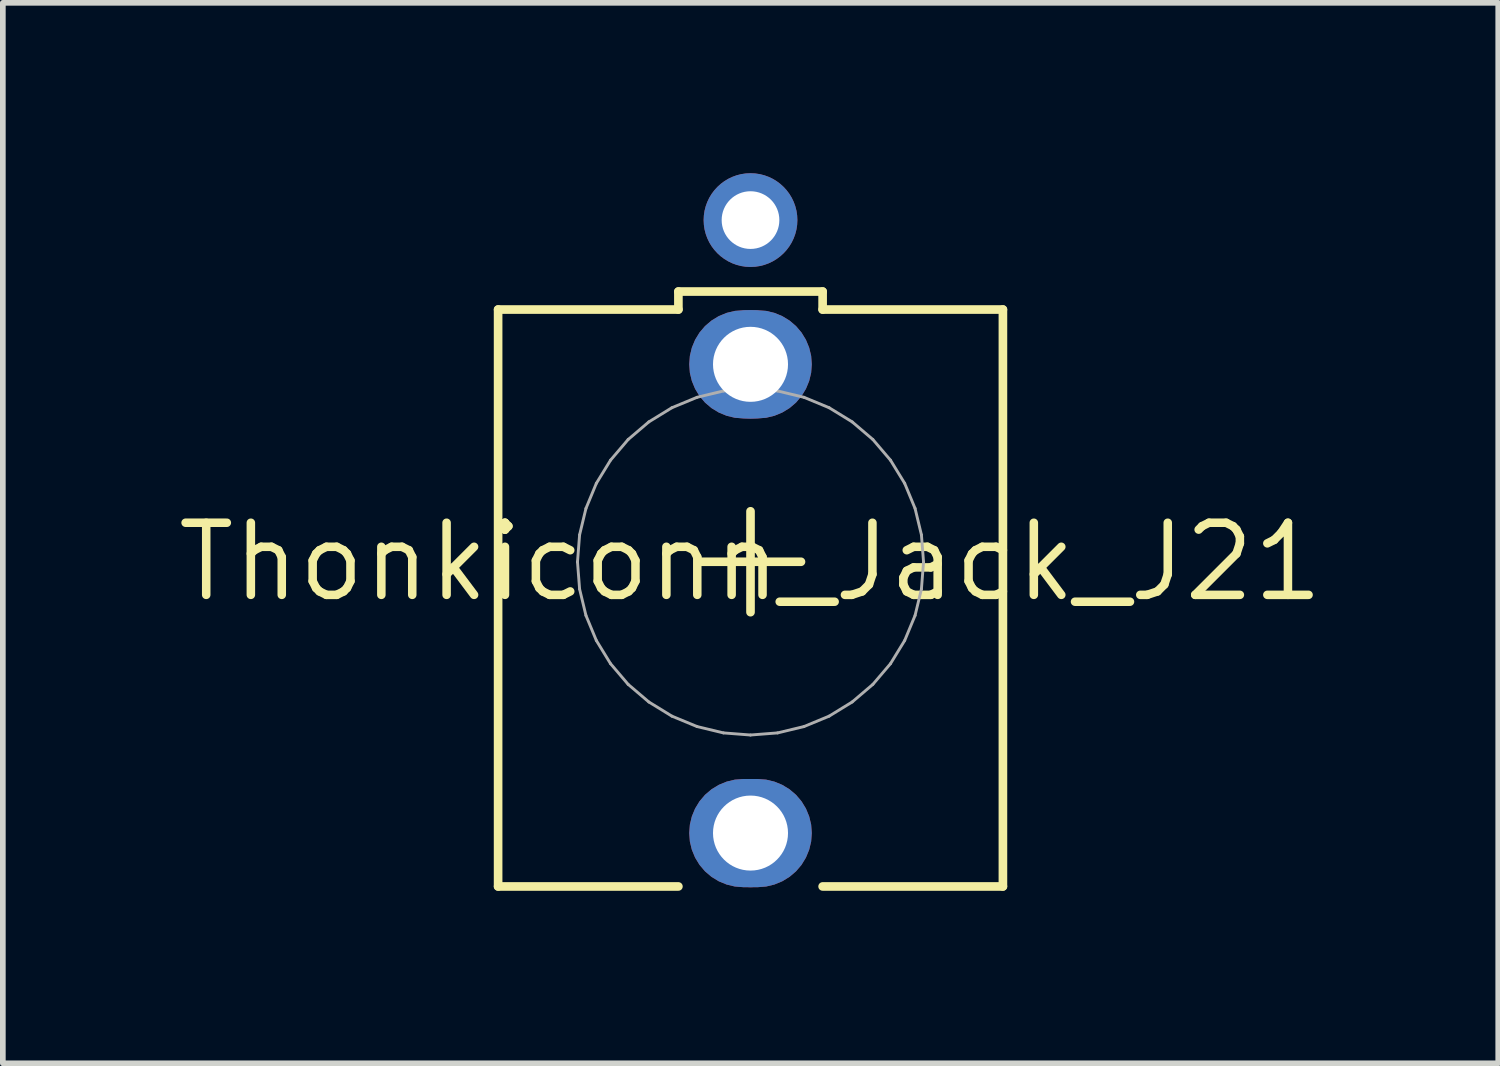
<source format=kicad_pcb>
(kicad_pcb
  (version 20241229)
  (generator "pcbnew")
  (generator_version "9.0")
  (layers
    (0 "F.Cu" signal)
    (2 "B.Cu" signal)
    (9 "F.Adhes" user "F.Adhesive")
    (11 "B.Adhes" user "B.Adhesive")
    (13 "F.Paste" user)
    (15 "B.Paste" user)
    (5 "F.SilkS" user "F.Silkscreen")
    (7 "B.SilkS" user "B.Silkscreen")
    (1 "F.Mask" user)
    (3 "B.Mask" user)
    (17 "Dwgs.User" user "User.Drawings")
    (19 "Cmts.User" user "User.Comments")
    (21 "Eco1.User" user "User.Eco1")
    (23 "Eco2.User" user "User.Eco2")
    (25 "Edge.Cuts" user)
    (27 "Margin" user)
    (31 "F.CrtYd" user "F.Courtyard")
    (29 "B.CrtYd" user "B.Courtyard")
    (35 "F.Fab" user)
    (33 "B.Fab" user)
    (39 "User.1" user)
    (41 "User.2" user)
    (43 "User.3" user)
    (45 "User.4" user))
  (footprint "Thonkiconn_Jack_J21"
    (layer "F.Cu")
    (at 10.167 6.846)
    (property "Reference" "Thonkiconn_Jack_J21" (at 0 0 0) (layer "F.SilkS") (effects (font (size 1.27 1.27) (thickness 0.15))))
    (fp_poly (pts (xy 0.276 -4.421) (xy 0.421 -4.386) (xy 0.559 -4.329) (xy 0.687 -4.251) (xy 0.801 -4.154) (xy 0.898 -4.04) (xy 0.976 -3.912) (xy 1.033 -3.774) (xy 1.068 -3.629) (xy 1.079 -3.48) (xy 1.068 -3.331) (xy 1.033 -3.186) (xy 0.976 -3.048) (xy 0.898 -2.92) (xy 0.801 -2.806) (xy 0.687 -2.709) (xy 0.559 -2.631) (xy 0.421 -2.574) (xy 0.276 -2.539) (xy 0.127 -2.527) (xy -0.127 -2.527) (xy -0.276 -2.539) (xy -0.421 -2.574) (xy -0.559 -2.631) (xy -0.687 -2.709) (xy -0.801 -2.806) (xy -0.898 -2.92) (xy -0.976 -3.048) (xy -1.033 -3.186) (xy -1.068 -3.331) (xy -1.079 -3.48) (xy -1.068 -3.629) (xy -1.033 -3.774) (xy -0.976 -3.912) (xy -0.898 -4.04) (xy -0.801 -4.154) (xy -0.687 -4.251) (xy -0.559 -4.329) (xy -0.421 -4.386) (xy -0.276 -4.421) (xy -0.127 -4.432) (xy 0.127 -4.432)) (stroke (width 0) (type default)) (fill yes) (layer "F.Cu"))
    (fp_poly (pts (xy 0.276 3.834) (xy 0.421 3.869) (xy 0.559 3.926) (xy 0.687 4.004) (xy 0.801 4.101) (xy 0.898 4.215) (xy 0.976 4.343) (xy 1.033 4.481) (xy 1.068 4.626) (xy 1.079 4.775) (xy 1.068 4.924) (xy 1.033 5.069) (xy 0.976 5.207) (xy 0.898 5.335) (xy 0.801 5.449) (xy 0.687 5.546) (xy 0.559 5.624) (xy 0.421 5.681) (xy 0.276 5.716) (xy 0.127 5.728) (xy -0.127 5.728) (xy -0.276 5.716) (xy -0.421 5.681) (xy -0.559 5.624) (xy -0.687 5.546) (xy -0.801 5.449) (xy -0.898 5.335) (xy -0.976 5.207) (xy -1.033 5.069) (xy -1.068 4.924) (xy -1.079 4.775) (xy -1.068 4.626) (xy -1.033 4.481) (xy -0.976 4.343) (xy -0.898 4.215) (xy -0.801 4.101) (xy -0.687 4.004) (xy -0.559 3.926) (xy -0.421 3.869) (xy -0.276 3.834) (xy -0.127 3.823) (xy 0.127 3.823)) (stroke (width 0) (type default)) (fill yes) (layer "F.Cu"))
    (fp_poly (pts (xy 0.292 -4.522) (xy 0.453 -4.483) (xy 0.606 -4.42) (xy 0.748 -4.334) (xy 0.873 -4.226) (xy 0.981 -4.1) (xy 1.067 -3.958) (xy 1.131 -3.806) (xy 1.169 -3.645) (xy 1.182 -3.48) (xy 1.169 -3.315) (xy 1.131 -3.154) (xy 1.067 -3.001) (xy 0.981 -2.859) (xy 0.873 -2.733) (xy 0.748 -2.626) (xy 0.606 -2.54) (xy 0.453 -2.476) (xy 0.292 -2.438) (xy 0.127 -2.425) (xy -0.127 -2.425) (xy -0.292 -2.438) (xy -0.453 -2.476) (xy -0.606 -2.54) (xy -0.748 -2.626) (xy -0.873 -2.733) (xy -0.981 -2.859) (xy -1.067 -3.001) (xy -1.131 -3.154) (xy -1.169 -3.315) (xy -1.182 -3.48) (xy -1.169 -3.645) (xy -1.131 -3.806) (xy -1.067 -3.958) (xy -0.981 -4.1) (xy -0.873 -4.226) (xy -0.748 -4.334) (xy -0.606 -4.42) (xy -0.453 -4.483) (xy -0.292 -4.522) (xy -0.127 -4.535) (xy 0.127 -4.535)) (stroke (width 0) (type default)) (fill yes) (layer "F.Mask"))
    (fp_poly (pts (xy 0.292 3.733) (xy 0.453 3.772) (xy 0.606 3.835) (xy 0.748 3.921) (xy 0.873 4.029) (xy 0.981 4.155) (xy 1.067 4.297) (xy 1.131 4.449) (xy 1.169 4.61) (xy 1.182 4.775) (xy 1.169 4.94) (xy 1.131 5.101) (xy 1.067 5.254) (xy 0.981 5.396) (xy 0.873 5.522) (xy 0.748 5.629) (xy 0.606 5.715) (xy 0.453 5.779) (xy 0.292 5.817) (xy 0.127 5.83) (xy -0.127 5.83) (xy -0.292 5.817) (xy -0.453 5.779) (xy -0.606 5.715) (xy -0.748 5.629) (xy -0.873 5.522) (xy -0.981 5.396) (xy -1.067 5.254) (xy -1.131 5.101) (xy -1.169 4.94) (xy -1.182 4.775) (xy -1.169 4.61) (xy -1.131 4.449) (xy -1.067 4.297) (xy -0.981 4.155) (xy -0.873 4.029) (xy -0.748 3.921) (xy -0.606 3.835) (xy -0.453 3.772) (xy -0.292 3.733) (xy -0.127 3.72) (xy 0.127 3.72)) (stroke (width 0) (type default)) (fill yes) (layer "F.Mask"))
    (fp_poly (pts (xy 0.276 -4.421) (xy 0.421 -4.386) (xy 0.559 -4.329) (xy 0.687 -4.251) (xy 0.801 -4.154) (xy 0.898 -4.04) (xy 0.976 -3.912) (xy 1.033 -3.774) (xy 1.068 -3.629) (xy 1.079 -3.48) (xy 1.068 -3.331) (xy 1.033 -3.186) (xy 0.976 -3.048) (xy 0.898 -2.92) (xy 0.801 -2.806) (xy 0.687 -2.709) (xy 0.559 -2.631) (xy 0.421 -2.574) (xy 0.276 -2.539) (xy 0.127 -2.527) (xy -0.127 -2.527) (xy -0.276 -2.539) (xy -0.421 -2.574) (xy -0.559 -2.631) (xy -0.687 -2.709) (xy -0.801 -2.806) (xy -0.898 -2.92) (xy -0.976 -3.048) (xy -1.033 -3.186) (xy -1.068 -3.331) (xy -1.079 -3.48) (xy -1.068 -3.629) (xy -1.033 -3.774) (xy -0.976 -3.912) (xy -0.898 -4.04) (xy -0.801 -4.154) (xy -0.687 -4.251) (xy -0.559 -4.329) (xy -0.421 -4.386) (xy -0.276 -4.421) (xy -0.127 -4.432) (xy 0.127 -4.432)) (stroke (width 0) (type default)) (fill yes) (layer "B.Cu"))
    (fp_poly (pts (xy 0.276 3.834) (xy 0.421 3.869) (xy 0.559 3.926) (xy 0.687 4.004) (xy 0.801 4.101) (xy 0.898 4.215) (xy 0.976 4.343) (xy 1.033 4.481) (xy 1.068 4.626) (xy 1.079 4.775) (xy 1.068 4.924) (xy 1.033 5.069) (xy 0.976 5.207) (xy 0.898 5.335) (xy 0.801 5.449) (xy 0.687 5.546) (xy 0.559 5.624) (xy 0.421 5.681) (xy 0.276 5.716) (xy 0.127 5.728) (xy -0.127 5.728) (xy -0.276 5.716) (xy -0.421 5.681) (xy -0.559 5.624) (xy -0.687 5.546) (xy -0.801 5.449) (xy -0.898 5.335) (xy -0.976 5.207) (xy -1.033 5.069) (xy -1.068 4.924) (xy -1.079 4.775) (xy -1.068 4.626) (xy -1.033 4.481) (xy -0.976 4.343) (xy -0.898 4.215) (xy -0.801 4.101) (xy -0.687 4.004) (xy -0.559 3.926) (xy -0.421 3.869) (xy -0.276 3.834) (xy -0.127 3.823) (xy 0.127 3.823)) (stroke (width 0) (type default)) (fill yes) (layer "B.Cu"))
    (fp_poly (pts (xy 0.292 -4.522) (xy 0.453 -4.483) (xy 0.606 -4.42) (xy 0.748 -4.334) (xy 0.873 -4.226) (xy 0.981 -4.1) (xy 1.067 -3.958) (xy 1.131 -3.806) (xy 1.169 -3.645) (xy 1.182 -3.48) (xy 1.169 -3.315) (xy 1.131 -3.154) (xy 1.067 -3.001) (xy 0.981 -2.859) (xy 0.873 -2.733) (xy 0.748 -2.626) (xy 0.606 -2.54) (xy 0.453 -2.476) (xy 0.292 -2.438) (xy 0.127 -2.425) (xy -0.127 -2.425) (xy -0.292 -2.438) (xy -0.453 -2.476) (xy -0.606 -2.54) (xy -0.748 -2.626) (xy -0.873 -2.733) (xy -0.981 -2.859) (xy -1.067 -3.001) (xy -1.131 -3.154) (xy -1.169 -3.315) (xy -1.182 -3.48) (xy -1.169 -3.645) (xy -1.131 -3.806) (xy -1.067 -3.958) (xy -0.981 -4.1) (xy -0.873 -4.226) (xy -0.748 -4.334) (xy -0.606 -4.42) (xy -0.453 -4.483) (xy -0.292 -4.522) (xy -0.127 -4.535) (xy 0.127 -4.535)) (stroke (width 0) (type default)) (fill yes) (layer "B.Mask"))
    (fp_poly (pts (xy 0.292 3.733) (xy 0.453 3.772) (xy 0.606 3.835) (xy 0.748 3.921) (xy 0.873 4.029) (xy 0.981 4.155) (xy 1.067 4.297) (xy 1.131 4.449) (xy 1.169 4.61) (xy 1.182 4.775) (xy 1.169 4.94) (xy 1.131 5.101) (xy 1.067 5.254) (xy 0.981 5.396) (xy 0.873 5.522) (xy 0.748 5.629) (xy 0.606 5.715) (xy 0.453 5.779) (xy 0.292 5.817) (xy 0.127 5.83) (xy -0.127 5.83) (xy -0.292 5.817) (xy -0.453 5.779) (xy -0.606 5.715) (xy -0.748 5.629) (xy -0.873 5.522) (xy -0.981 5.396) (xy -1.067 5.254) (xy -1.131 5.101) (xy -1.169 4.94) (xy -1.182 4.775) (xy -1.169 4.61) (xy -1.131 4.449) (xy -1.067 4.297) (xy -0.981 4.155) (xy -0.873 4.029) (xy -0.748 3.921) (xy -0.606 3.835) (xy -0.453 3.772) (xy -0.292 3.733) (xy -0.127 3.72) (xy 0.127 3.72)) (stroke (width 0) (type default)) (fill yes) (layer "B.Mask"))
    (fp_line (start -4.445 -4.445) (end -4.445 5.715) (stroke (width 0.152) (type solid)) (layer "F.SilkS"))
    (fp_line (start -1.27 -4.762) (end 1.27 -4.762) (stroke (width 0.152) (type solid)) (layer "F.SilkS"))
    (fp_line (start -1.27 -4.445) (end -4.445 -4.445) (stroke (width 0.152) (type solid)) (layer "F.SilkS"))
    (fp_line (start -1.27 -4.445) (end -1.27 -4.762) (stroke (width 0.152) (type solid)) (layer "F.SilkS"))
    (fp_line (start -1.27 5.715) (end -4.445 5.715) (stroke (width 0.152) (type solid)) (layer "F.SilkS"))
    (fp_line (start -0.89 -0.003) (end 0.889 -0.003) (stroke (width 0.152) (type solid)) (layer "F.SilkS"))
    (fp_line (start 0 0.885) (end 0 -0.892) (stroke (width 0.152) (type solid)) (layer "F.SilkS"))
    (fp_line (start 1.27 -4.762) (end 1.27 -4.445) (stroke (width 0.152) (type solid)) (layer "F.SilkS"))
    (fp_line (start 1.27 -4.445) (end 4.445 -4.445) (stroke (width 0.152) (type solid)) (layer "F.SilkS"))
    (fp_line (start 1.27 5.715) (end 4.445 5.715) (stroke (width 0.152) (type solid)) (layer "F.SilkS"))
    (fp_line (start 4.445 5.715) (end 4.445 -4.445) (stroke (width 0.152) (type solid)) (layer "F.SilkS"))
    (fp_line (start -3.047 -0.001) (end -3.047 0.001) (stroke (width 0.051) (type solid)) (layer "F.Fab"))
    (fp_line (start -3.047 0.001) (end -3.01 0.478) (stroke (width 0.051) (type solid)) (layer "F.Fab"))
    (fp_line (start -3.01 -0.477) (end -3.047 -0.001) (stroke (width 0.051) (type solid)) (layer "F.Fab"))
    (fp_line (start -3.01 0.478) (end -2.898 0.943) (stroke (width 0.051) (type solid)) (layer "F.Fab"))
    (fp_line (start -2.898 -0.942) (end -3.01 -0.477) (stroke (width 0.051) (type solid)) (layer "F.Fab"))
    (fp_line (start -2.898 0.943) (end -2.715 1.384) (stroke (width 0.051) (type solid)) (layer "F.Fab"))
    (fp_line (start -2.715 -1.384) (end -2.898 -0.942) (stroke (width 0.051) (type solid)) (layer "F.Fab"))
    (fp_line (start -2.715 1.384) (end -2.465 1.792) (stroke (width 0.051) (type solid)) (layer "F.Fab"))
    (fp_line (start -2.465 -1.792) (end -2.715 -1.384) (stroke (width 0.051) (type solid)) (layer "F.Fab"))
    (fp_line (start -2.465 1.792) (end -2.155 2.156) (stroke (width 0.051) (type solid)) (layer "F.Fab"))
    (fp_line (start -2.155 -2.156) (end -2.465 -1.792) (stroke (width 0.051) (type solid)) (layer "F.Fab"))
    (fp_line (start -2.155 2.156) (end -1.791 2.466) (stroke (width 0.051) (type solid)) (layer "F.Fab"))
    (fp_line (start -1.791 -2.466) (end -2.155 -2.156) (stroke (width 0.051) (type solid)) (layer "F.Fab"))
    (fp_line (start -1.791 2.466) (end -1.384 2.716) (stroke (width 0.051) (type solid)) (layer "F.Fab"))
    (fp_line (start -1.384 -2.716) (end -1.791 -2.466) (stroke (width 0.051) (type solid)) (layer "F.Fab"))
    (fp_line (start -1.384 2.716) (end -0.942 2.899) (stroke (width 0.051) (type solid)) (layer "F.Fab"))
    (fp_line (start -0.942 -2.899) (end -1.384 -2.716) (stroke (width 0.051) (type solid)) (layer "F.Fab"))
    (fp_line (start -0.942 2.899) (end -0.477 3.011) (stroke (width 0.051) (type solid)) (layer "F.Fab"))
    (fp_line (start -0.477 -3.011) (end -0.942 -2.899) (stroke (width 0.051) (type solid)) (layer "F.Fab"))
    (fp_line (start -0.477 3.011) (end 0 3.048) (stroke (width 0.051) (type solid)) (layer "F.Fab"))
    (fp_line (start 0 -3.048) (end -0.477 -3.011) (stroke (width 0.051) (type solid)) (layer "F.Fab"))
    (fp_line (start 0 3.048) (end 0.477 3.011) (stroke (width 0.051) (type solid)) (layer "F.Fab"))
    (fp_line (start 0.477 -3.011) (end 0 -3.048) (stroke (width 0.051) (type solid)) (layer "F.Fab"))
    (fp_line (start 0.477 3.011) (end 0.942 2.899) (stroke (width 0.051) (type solid)) (layer "F.Fab"))
    (fp_line (start 0.942 -2.899) (end 0.477 -3.011) (stroke (width 0.051) (type solid)) (layer "F.Fab"))
    (fp_line (start 0.942 2.899) (end 1.384 2.716) (stroke (width 0.051) (type solid)) (layer "F.Fab"))
    (fp_line (start 1.384 -2.716) (end 0.942 -2.899) (stroke (width 0.051) (type solid)) (layer "F.Fab"))
    (fp_line (start 1.384 2.716) (end 1.791 2.466) (stroke (width 0.051) (type solid)) (layer "F.Fab"))
    (fp_line (start 1.791 -2.466) (end 1.384 -2.716) (stroke (width 0.051) (type solid)) (layer "F.Fab"))
    (fp_line (start 1.791 2.466) (end 2.155 2.156) (stroke (width 0.051) (type solid)) (layer "F.Fab"))
    (fp_line (start 2.155 -2.156) (end 1.791 -2.466) (stroke (width 0.051) (type solid)) (layer "F.Fab"))
    (fp_line (start 2.155 2.156) (end 2.465 1.792) (stroke (width 0.051) (type solid)) (layer "F.Fab"))
    (fp_line (start 2.465 -1.792) (end 2.155 -2.156) (stroke (width 0.051) (type solid)) (layer "F.Fab"))
    (fp_line (start 2.465 1.792) (end 2.715 1.384) (stroke (width 0.051) (type solid)) (layer "F.Fab"))
    (fp_line (start 2.715 -1.384) (end 2.465 -1.792) (stroke (width 0.051) (type solid)) (layer "F.Fab"))
    (fp_line (start 2.715 1.384) (end 2.898 0.943) (stroke (width 0.051) (type solid)) (layer "F.Fab"))
    (fp_line (start 2.898 -0.942) (end 2.715 -1.384) (stroke (width 0.051) (type solid)) (layer "F.Fab"))
    (fp_line (start 2.898 0.943) (end 3.01 0.478) (stroke (width 0.051) (type solid)) (layer "F.Fab"))
    (fp_line (start 3.01 -0.477) (end 2.898 -0.942) (stroke (width 0.051) (type solid)) (layer "F.Fab"))
    (fp_line (start 3.01 0.478) (end 3.047 0.001) (stroke (width 0.051) (type solid)) (layer "F.Fab"))
    (fp_line (start 3.047 -0.001) (end 3.01 -0.477) (stroke (width 0.051) (type solid)) (layer "F.Fab"))
    (fp_line (start 3.047 0.001) (end 3.047 -0.001) (stroke (width 0.051) (type solid)) (layer "F.Fab"))
    (pad "1" thru_hole circle (at 0 -3.48) (size 1.905 1.905) (drill 1.321) (layers "*.Cu"))
    (pad "2" thru_hole circle (at 0 4.775) (size 1.905 1.905) (drill 1.321) (layers "*.Cu"))
    (pad "3" thru_hole circle (at 0 -6.02) (size 1.651 1.651) (drill 1.016) (layers "*.Cu" "*.Mask"))
    (zone (net_name "") (layer "F.Cu") (hatch edge 0.5) (connect_pads) (min_thickness 0.25) (filled_areas_thickness no) (keepout (tracks not_allowed) (vias not_allowed) (pads not_allowed) (copperpour not_allowed) (footprints allowed)) (placement (enabled no)) (fill) (polygon (pts (xy 11.409 6.845) (xy 11.389 6.623) (xy 11.33 6.408) (xy 11.233 6.207) (xy 11.103 6.027) (xy 10.942 5.873) (xy 10.756 5.751) (xy 10.551 5.663) (xy 10.334 5.614) (xy 10.112 5.604) (xy 9.891 5.634) (xy 9.679 5.702) (xy 9.483 5.808) (xy 9.309 5.947) (xy 9.162 6.114) (xy 9.048 6.306) (xy 8.97 6.514) (xy 8.93 6.733) (xy 8.93 6.956) (xy 8.97 7.175) (xy 9.048 7.383) (xy 9.162 7.575) (xy 9.309 7.742) (xy 9.483 7.881) (xy 9.679 7.987) (xy 9.891 8.055) (xy 10.112 8.085) (xy 10.334 8.075) (xy 10.551 8.026) (xy 10.756 7.938) (xy 10.942 7.816) (xy 11.103 7.662) (xy 11.233 7.482) (xy 11.33 7.281) (xy 11.389 7.066))) (polygon (pts (xy 11.159 6.845) (xy 11.139 6.645) (xy 11.079 6.453) (xy 10.981 6.278) (xy 10.851 6.126) (xy 10.692 6.003) (xy 10.512 5.914) (xy 10.318 5.864) (xy 10.117 5.854) (xy 9.919 5.884) (xy 9.73 5.954) (xy 9.56 6.06) (xy 9.415 6.198) (xy 9.3 6.363) (xy 9.221 6.548) (xy 9.18 6.744) (xy 9.18 6.945) (xy 9.221 7.141) (xy 9.3 7.326) (xy 9.415 7.491) (xy 9.56 7.629) (xy 9.73 7.735) (xy 9.919 7.805) (xy 10.117 7.835) (xy 10.318 7.825) (xy 10.512 7.775) (xy 10.692 7.686) (xy 10.851 7.563) (xy 10.981 7.411) (xy 11.079 7.236) (xy 11.139 7.044)))))
  (gr_rect
    (start -3 -3)
    (end 23.335 15.675)
    (stroke (width 0.1) (type default))
    (fill no)
    (layer "Edge.Cuts")))
</source>
